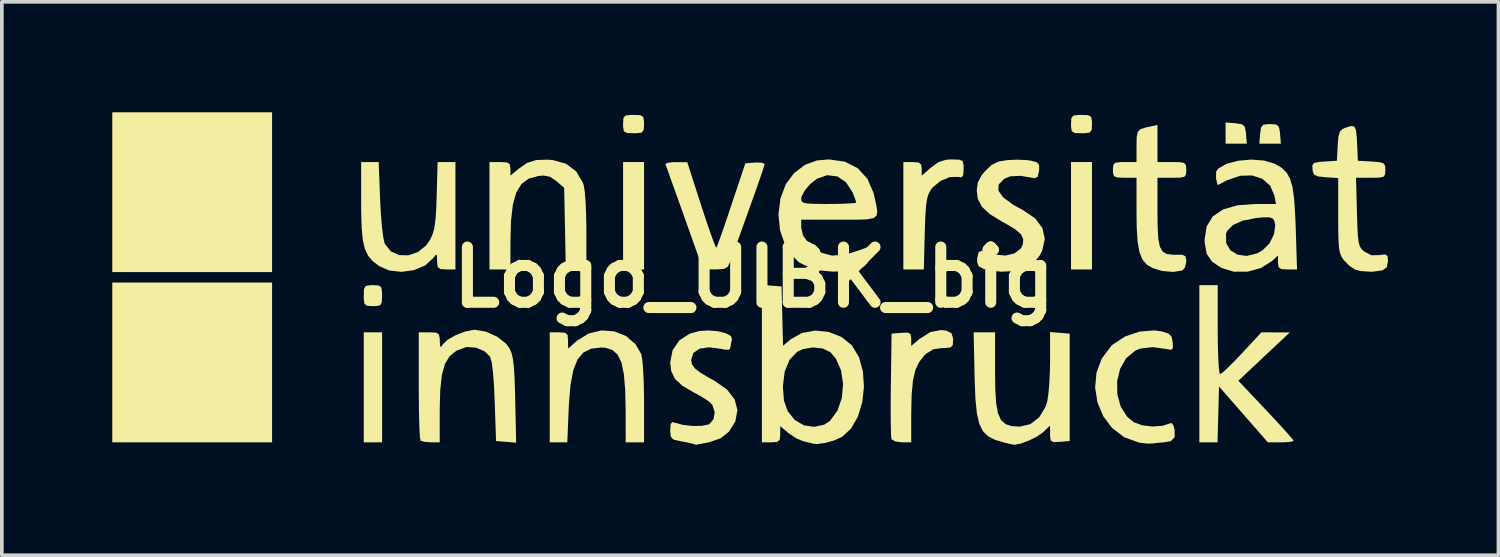
<source format=kicad_pcb>
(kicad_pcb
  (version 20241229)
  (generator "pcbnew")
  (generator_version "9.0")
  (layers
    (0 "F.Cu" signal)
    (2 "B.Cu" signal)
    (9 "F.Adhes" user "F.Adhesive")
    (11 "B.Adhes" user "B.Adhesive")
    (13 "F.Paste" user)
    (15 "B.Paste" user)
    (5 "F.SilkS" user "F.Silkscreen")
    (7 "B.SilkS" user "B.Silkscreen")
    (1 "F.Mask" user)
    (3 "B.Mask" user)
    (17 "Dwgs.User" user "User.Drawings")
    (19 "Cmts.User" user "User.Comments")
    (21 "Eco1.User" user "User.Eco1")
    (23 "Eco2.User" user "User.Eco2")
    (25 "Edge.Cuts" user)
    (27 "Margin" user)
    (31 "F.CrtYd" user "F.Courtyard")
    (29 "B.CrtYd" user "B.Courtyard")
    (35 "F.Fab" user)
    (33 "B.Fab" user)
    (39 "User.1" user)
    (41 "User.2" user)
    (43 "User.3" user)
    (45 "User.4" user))
  (footprint "Logo_UIBK_big"
    (layer "F.Cu")
    (at 17.431 4.482)
    (property "Reference" "Logo_UIBK_big" (at 0 0 0) (layer "F.SilkS") (effects (font (size 1.5 1.5) (thickness 0.3))))
    (attr board_only exclude_from_pos_files exclude_from_bom)
    (fp_poly (pts (xy -13.091 -2.312) (xy -13.091 -0.142) (xy -15.261 -0.142) (xy -17.431 -0.142) (xy -17.431 -2.312) (xy -17.431 -4.482) (xy -15.261 -4.482) (xy -13.091 -4.482)) (stroke (width 0) (type solid)) (fill yes) (layer "F.SilkS"))
    (fp_poly (pts (xy -13.091 2.312) (xy -13.091 4.482) (xy -15.261 4.482) (xy -17.431 4.482) (xy -17.431 2.312) (xy -17.431 0.142) (xy -15.261 0.142) (xy -13.091 0.142)) (stroke (width 0) (type solid)) (fill yes) (layer "F.SilkS"))
    (fp_poly (pts (xy -10.103 2.988) (xy -10.103 4.482) (xy -10.352 4.482) (xy -10.601 4.482) (xy -10.601 2.988) (xy -10.601 1.494) (xy -10.352 1.494) (xy -10.103 1.494)) (stroke (width 0) (type solid)) (fill yes) (layer "F.SilkS"))
    (fp_poly (pts (xy -2.988 -1.672) (xy -2.988 -0.213) (xy -3.273 -0.213) (xy -3.557 -0.213) (xy -3.557 -1.672) (xy -3.557 -3.131) (xy -3.273 -3.131) (xy -2.988 -3.131)) (stroke (width 0) (type solid)) (fill yes) (layer "F.SilkS"))
    (fp_poly (pts (xy 9.178 -1.672) (xy 9.178 -0.213) (xy 8.894 -0.213) (xy 8.609 -0.213) (xy 8.609 -1.672) (xy 8.609 -3.131) (xy 8.894 -3.131) (xy 9.178 -3.131)) (stroke (width 0) (type solid)) (fill yes) (layer "F.SilkS"))
    (fp_poly (pts (xy 13.074 -4.184) (xy 13.25 -4.158) (xy 13.33 -4.089) (xy 13.359 -3.932) (xy 13.362 -3.895) (xy 13.384 -3.629) (xy 13.096 -3.629) (xy 12.807 -3.629) (xy 12.807 -3.917) (xy 12.807 -4.206)) (stroke (width 0) (type solid)) (fill yes) (layer "F.SilkS"))
    (fp_poly (pts (xy 14.18 -4.151) (xy 14.255 -4.09) (xy 14.284 -3.936) (xy 14.287 -3.895) (xy 14.309 -3.629) (xy 14.016 -3.629) (xy 13.723 -3.629) (xy 13.745 -3.895) (xy 13.77 -4.07) (xy 13.833 -4.145) (xy 13.978 -4.162) (xy 14.016 -4.162)) (stroke (width 0) (type solid)) (fill yes) (layer "F.SilkS"))
    (fp_poly (pts (xy -10.193 0.222) (xy -10.122 0.275) (xy -10.104 0.414) (xy -10.103 0.498) (xy -10.111 0.68) (xy -10.157 0.761) (xy -10.279 0.782) (xy -10.352 0.783) (xy -10.512 0.774) (xy -10.582 0.721) (xy -10.601 0.582) (xy -10.601 0.498) (xy -10.594 0.316) (xy -10.547 0.235) (xy -10.426 0.214) (xy -10.352 0.213)) (stroke (width 0) (type solid)) (fill yes) (layer "F.SilkS"))
    (fp_poly (pts (xy -3.091 -4.404) (xy -3.01 -4.357) (xy -2.989 -4.236) (xy -2.988 -4.162) (xy -2.997 -4.003) (xy -3.05 -3.932) (xy -3.189 -3.914) (xy -3.273 -3.913) (xy -3.455 -3.921) (xy -3.536 -3.967) (xy -3.557 -4.089) (xy -3.557 -4.162) (xy -3.549 -4.322) (xy -3.496 -4.392) (xy -3.357 -4.411) (xy -3.273 -4.411)) (stroke (width 0) (type solid)) (fill yes) (layer "F.SilkS"))
    (fp_poly (pts (xy 9.076 -4.404) (xy 9.157 -4.357) (xy 9.178 -4.236) (xy 9.178 -4.162) (xy 9.17 -4.003) (xy 9.116 -3.932) (xy 8.978 -3.914) (xy 8.894 -3.913) (xy 8.711 -3.921) (xy 8.63 -3.967) (xy 8.61 -4.089) (xy 8.609 -4.162) (xy 8.618 -4.322) (xy 8.671 -4.392) (xy 8.81 -4.411) (xy 8.894 -4.411)) (stroke (width 0) (type solid)) (fill yes) (layer "F.SilkS"))
    (fp_poly (pts (xy 5.57 -3.196) (xy 5.662 -3.16) (xy 5.69 -3.06) (xy 5.692 -2.944) (xy 5.682 -2.776) (xy 5.636 -2.716) (xy 5.538 -2.727) (xy 5.313 -2.722) (xy 5.068 -2.62) (xy 4.856 -2.448) (xy 4.8 -2.375) (xy 4.742 -2.27) (xy 4.7 -2.134) (xy 4.672 -1.943) (xy 4.652 -1.668) (xy 4.638 -1.282) (xy 4.636 -1.192) (xy 4.611 -0.213) (xy 4.333 -0.213) (xy 4.055 -0.213) (xy 4.055 -1.672) (xy 4.055 -3.131) (xy 4.304 -3.131) (xy 4.473 -3.118) (xy 4.541 -3.058) (xy 4.554 -2.945) (xy 4.554 -2.76) (xy 4.805 -2.981) (xy 5.013 -3.132) (xy 5.221 -3.194) (xy 5.374 -3.202)) (stroke (width 0) (type solid)) (fill yes) (layer "F.SilkS"))
    (fp_poly (pts (xy 12.593 1.423) (xy 12.597 1.833) (xy 12.607 2.179) (xy 12.623 2.441) (xy 12.642 2.597) (xy 12.658 2.632) (xy 12.73 2.583) (xy 12.875 2.45) (xy 13.071 2.254) (xy 13.252 2.063) (xy 13.781 1.494) (xy 14.165 1.496) (xy 14.55 1.497) (xy 13.852 2.154) (xy 13.154 2.81) (xy 13.905 3.605) (xy 14.164 3.881) (xy 14.385 4.122) (xy 14.55 4.307) (xy 14.643 4.418) (xy 14.657 4.441) (xy 14.593 4.465) (xy 14.429 4.48) (xy 14.306 4.482) (xy 13.955 4.482) (xy 13.292 3.724) (xy 12.629 2.966) (xy 12.609 3.724) (xy 12.588 4.482) (xy 12.342 4.482) (xy 12.095 4.482) (xy 12.095 2.348) (xy 12.095 0.213) (xy 12.344 0.213) (xy 12.593 0.213)) (stroke (width 0) (type solid)) (fill yes) (layer "F.SilkS"))
    (fp_poly (pts (xy 5.229 1.452) (xy 5.362 1.519) (xy 5.406 1.66) (xy 5.407 1.709) (xy 5.396 1.844) (xy 5.336 1.905) (xy 5.187 1.921) (xy 5.117 1.921) (xy 4.871 1.954) (xy 4.676 2.075) (xy 4.626 2.122) (xy 4.483 2.301) (xy 4.381 2.521) (xy 4.315 2.808) (xy 4.28 3.187) (xy 4.269 3.682) (xy 4.269 3.682) (xy 4.269 4.482) (xy 4.018 4.482) (xy 3.841 4.459) (xy 3.737 4.402) (xy 3.731 4.391) (xy 3.722 4.295) (xy 3.715 4.079) (xy 3.711 3.768) (xy 3.711 3.386) (xy 3.715 2.955) (xy 3.716 2.915) (xy 3.735 1.53) (xy 4.002 1.508) (xy 4.177 1.502) (xy 4.252 1.543) (xy 4.269 1.656) (xy 4.269 1.674) (xy 4.269 1.863) (xy 4.488 1.678) (xy 4.792 1.486) (xy 5.089 1.431)) (stroke (width 0) (type solid)) (fill yes) (layer "F.SilkS"))
    (fp_poly (pts (xy -5.471 -3.185) (xy -5.112 -3.087) (xy -4.833 -2.879) (xy -4.651 -2.575) (xy -4.625 -2.494) (xy -4.599 -2.331) (xy -4.577 -2.06) (xy -4.562 -1.715) (xy -4.554 -1.331) (xy -4.554 -1.227) (xy -4.554 -0.213) (xy -4.833 -0.213) (xy -5.113 -0.213) (xy -5.135 -1.323) (xy -5.158 -2.432) (xy -5.367 -2.611) (xy -5.539 -2.73) (xy -5.715 -2.764) (xy -5.865 -2.751) (xy -6.12 -2.68) (xy -6.316 -2.536) (xy -6.458 -2.305) (xy -6.551 -1.973) (xy -6.602 -1.529) (xy -6.616 -1.014) (xy -6.617 -0.213) (xy -6.901 -0.213) (xy -7.186 -0.213) (xy -7.186 -1.672) (xy -7.186 -3.131) (xy -6.901 -3.131) (xy -6.718 -3.121) (xy -6.637 -3.075) (xy -6.617 -2.968) (xy -6.617 -2.946) (xy -6.617 -2.762) (xy -6.398 -2.946) (xy -6.164 -3.107) (xy -5.917 -3.185) (xy -5.607 -3.195)) (stroke (width 0) (type solid)) (fill yes) (layer "F.SilkS"))
    (fp_poly (pts (xy -1.814 -3.126) (xy -1.435 -1.949) (xy -1.31 -1.569) (xy -1.199 -1.243) (xy -1.109 -0.994) (xy -1.048 -0.841) (xy -1.024 -0.802) (xy -0.992 -0.877) (xy -0.923 -1.064) (xy -0.826 -1.341) (xy -0.709 -1.683) (xy -0.615 -1.965) (xy -0.237 -3.095) (xy 0.024 -3.117) (xy 0.192 -3.116) (xy 0.281 -3.085) (xy 0.285 -3.074) (xy 0.274 -3.027) (xy 0.24 -2.918) (xy 0.179 -2.738) (xy 0.088 -2.475) (xy -0.038 -2.121) (xy -0.202 -1.663) (xy -0.407 -1.093) (xy -0.655 -0.409) (xy -0.714 -0.288) (xy -0.809 -0.231) (xy -0.985 -0.215) (xy -1.056 -0.214) (xy -1.387 -0.215) (xy -1.885 -1.615) (xy -2.035 -2.037) (xy -2.17 -2.413) (xy -2.281 -2.723) (xy -2.361 -2.947) (xy -2.403 -3.063) (xy -2.407 -3.073) (xy -2.359 -3.107) (xy -2.21 -3.127) (xy -2.123 -3.128)) (stroke (width 0) (type solid)) (fill yes) (layer "F.SilkS"))
    (fp_poly (pts (xy -3.798 1.468) (xy -3.479 1.595) (xy -3.22 1.817) (xy -3.064 2.086) (xy -3.037 2.226) (xy -3.015 2.478) (xy -2.998 2.812) (xy -2.989 3.197) (xy -2.988 3.384) (xy -2.988 4.482) (xy -3.237 4.482) (xy -3.486 4.482) (xy -3.488 3.611) (xy -3.5 3.057) (xy -3.536 2.63) (xy -3.602 2.316) (xy -3.705 2.102) (xy -3.848 1.972) (xy -4.037 1.914) (xy -4.155 1.907) (xy -4.425 1.939) (xy -4.636 2.043) (xy -4.795 2.232) (xy -4.909 2.52) (xy -4.985 2.919) (xy -5.029 3.443) (xy -5.035 3.575) (xy -5.072 4.482) (xy -5.311 4.482) (xy -5.55 4.482) (xy -5.55 2.988) (xy -5.55 1.494) (xy -5.301 1.494) (xy -5.133 1.506) (xy -5.065 1.566) (xy -5.052 1.714) (xy -5.052 1.715) (xy -5.052 1.936) (xy -4.808 1.722) (xy -4.492 1.526) (xy -4.145 1.443)) (stroke (width 0) (type solid)) (fill yes) (layer "F.SilkS"))
    (fp_poly (pts (xy 11.072 1.469) (xy 11.255 1.527) (xy 11.34 1.613) (xy 11.371 1.766) (xy 11.377 1.921) (xy 11.33 1.97) (xy 11.196 1.947) (xy 11.193 1.946) (xy 10.826 1.896) (xy 10.497 1.935) (xy 10.354 1.991) (xy 10.106 2.198) (xy 9.942 2.487) (xy 9.862 2.824) (xy 9.867 3.176) (xy 9.957 3.508) (xy 10.133 3.787) (xy 10.319 3.939) (xy 10.547 4.021) (xy 10.829 4.053) (xy 11.098 4.032) (xy 11.241 3.985) (xy 11.337 3.956) (xy 11.392 4.025) (xy 11.421 4.136) (xy 11.425 4.338) (xy 11.321 4.45) (xy 11.135 4.482) (xy 10.937 4.498) (xy 10.85 4.512) (xy 10.684 4.517) (xy 10.472 4.492) (xy 10.453 4.489) (xy 10.053 4.343) (xy 9.728 4.096) (xy 9.484 3.773) (xy 9.327 3.398) (xy 9.264 2.995) (xy 9.301 2.589) (xy 9.445 2.204) (xy 9.702 1.865) (xy 9.744 1.825) (xy 10.076 1.607) (xy 10.471 1.475) (xy 10.873 1.442)) (stroke (width 0) (type solid)) (fill yes) (layer "F.SilkS"))
    (fp_poly (pts (xy -10.157 -2.117) (xy -10.136 -1.725) (xy -10.107 -1.377) (xy -10.074 -1.102) (xy -10.038 -0.933) (xy -10.03 -0.912) (xy -9.869 -0.707) (xy -9.644 -0.603) (xy -9.386 -0.597) (xy -9.129 -0.686) (xy -8.906 -0.866) (xy -8.793 -1.032) (xy -8.727 -1.181) (xy -8.681 -1.354) (xy -8.651 -1.583) (xy -8.631 -1.899) (xy -8.62 -2.223) (xy -8.595 -3.131) (xy -8.353 -3.131) (xy -8.111 -3.131) (xy -8.111 -1.672) (xy -8.111 -0.213) (xy -8.36 -0.213) (xy -8.527 -0.225) (xy -8.596 -0.286) (xy -8.609 -0.437) (xy -8.609 -0.443) (xy -8.613 -0.593) (xy -8.64 -0.616) (xy -8.709 -0.529) (xy -8.713 -0.523) (xy -8.934 -0.322) (xy -9.236 -0.195) (xy -9.577 -0.148) (xy -9.914 -0.187) (xy -10.181 -0.304) (xy -10.354 -0.435) (xy -10.481 -0.582) (xy -10.57 -0.768) (xy -10.627 -1.015) (xy -10.658 -1.347) (xy -10.671 -1.787) (xy -10.672 -2.046) (xy -10.672 -3.131) (xy -10.434 -3.131) (xy -10.195 -3.131)) (stroke (width 0) (type solid)) (fill yes) (layer "F.SilkS"))
    (fp_poly (pts (xy 8.307 1.508) (xy 8.573 1.53) (xy 8.573 2.988) (xy 8.573 4.447) (xy 8.307 4.469) (xy 8.132 4.475) (xy 8.057 4.432) (xy 8.04 4.308) (xy 8.04 4.26) (xy 8.04 4.029) (xy 7.844 4.213) (xy 7.684 4.326) (xy 7.465 4.434) (xy 7.244 4.516) (xy 7.073 4.548) (xy 7.044 4.546) (xy 6.956 4.526) (xy 6.795 4.488) (xy 6.795 4.487) (xy 6.545 4.414) (xy 6.354 4.316) (xy 6.214 4.176) (xy 6.116 3.975) (xy 6.052 3.692) (xy 6.013 3.311) (xy 5.993 2.812) (xy 5.989 2.65) (xy 5.964 1.494) (xy 6.255 1.494) (xy 6.546 1.494) (xy 6.546 2.529) (xy 6.552 3.037) (xy 6.576 3.419) (xy 6.625 3.694) (xy 6.707 3.878) (xy 6.829 3.988) (xy 6.999 4.042) (xy 7.222 4.055) (xy 7.503 3.989) (xy 7.743 3.804) (xy 7.914 3.525) (xy 7.96 3.385) (xy 7.993 3.18) (xy 8.02 2.878) (xy 8.036 2.527) (xy 8.04 2.277) (xy 8.04 1.486)) (stroke (width 0) (type solid)) (fill yes) (layer "F.SilkS"))
    (fp_poly (pts (xy -7.275 1.478) (xy -6.976 1.613) (xy -6.735 1.804) (xy -6.64 1.933) (xy -6.589 2.05) (xy -6.552 2.202) (xy -6.525 2.414) (xy -6.506 2.709) (xy -6.492 3.112) (xy -6.487 3.331) (xy -6.462 4.492) (xy -6.735 4.469) (xy -7.008 4.447) (xy -7.044 3.38) (xy -7.064 2.931) (xy -7.093 2.565) (xy -7.127 2.302) (xy -7.166 2.162) (xy -7.167 2.16) (xy -7.325 2.006) (xy -7.557 1.91) (xy -7.798 1.894) (xy -7.839 1.903) (xy -8.082 1.993) (xy -8.265 2.137) (xy -8.395 2.351) (xy -8.479 2.652) (xy -8.524 3.059) (xy -8.538 3.588) (xy -8.538 3.594) (xy -8.538 4.482) (xy -8.775 4.482) (xy -8.951 4.469) (xy -9.056 4.438) (xy -9.06 4.435) (xy -9.074 4.352) (xy -9.087 4.15) (xy -9.097 3.849) (xy -9.104 3.472) (xy -9.107 3.041) (xy -9.107 2.941) (xy -9.107 1.494) (xy -8.822 1.494) (xy -8.64 1.502) (xy -8.559 1.549) (xy -8.537 1.666) (xy -8.536 1.725) (xy -8.528 1.871) (xy -8.501 1.89) (xy -8.457 1.825) (xy -8.325 1.697) (xy -8.105 1.572) (xy -7.85 1.474) (xy -7.613 1.427) (xy -7.577 1.426)) (stroke (width 0) (type solid)) (fill yes) (layer "F.SilkS"))
    (fp_poly (pts (xy 10.957 -3.634) (xy 10.957 -3.131) (xy 11.348 -3.131) (xy 11.572 -3.127) (xy 11.688 -3.103) (xy 11.733 -3.041) (xy 11.739 -2.92) (xy 11.739 -2.917) (xy 11.733 -2.795) (xy 11.69 -2.732) (xy 11.575 -2.707) (xy 11.354 -2.704) (xy 11.348 -2.704) (xy 10.957 -2.704) (xy 10.957 -1.792) (xy 10.962 -1.354) (xy 10.981 -1.038) (xy 11.024 -0.826) (xy 11.098 -0.697) (xy 11.211 -0.633) (xy 11.371 -0.614) (xy 11.448 -0.614) (xy 11.634 -0.611) (xy 11.717 -0.571) (xy 11.739 -0.468) (xy 11.739 -0.425) (xy 11.701 -0.26) (xy 11.627 -0.185) (xy 11.383 -0.146) (xy 11.086 -0.172) (xy 10.83 -0.249) (xy 10.668 -0.344) (xy 10.55 -0.482) (xy 10.468 -0.683) (xy 10.418 -0.968) (xy 10.393 -1.356) (xy 10.388 -1.776) (xy 10.388 -2.704) (xy 10.068 -2.704) (xy 9.871 -2.71) (xy 9.777 -2.746) (xy 9.749 -2.837) (xy 9.747 -2.917) (xy 9.757 -3.048) (xy 9.81 -3.111) (xy 9.947 -3.129) (xy 10.068 -3.131) (xy 10.388 -3.131) (xy 10.388 -3.553) (xy 10.392 -3.803) (xy 10.42 -3.947) (xy 10.495 -4.024) (xy 10.642 -4.07) (xy 10.726 -4.088) (xy 10.957 -4.138)) (stroke (width 0) (type solid)) (fill yes) (layer "F.SilkS"))
    (fp_poly (pts (xy 7.419 -3.183) (xy 7.506 -3.171) (xy 7.676 -3.127) (xy 7.742 -3.055) (xy 7.743 -2.908) (xy 7.742 -2.895) (xy 7.702 -2.731) (xy 7.62 -2.692) (xy 7.613 -2.693) (xy 7.236 -2.757) (xy 6.959 -2.743) (xy 6.796 -2.676) (xy 6.645 -2.523) (xy 6.635 -2.355) (xy 6.766 -2.171) (xy 7.037 -1.971) (xy 7.309 -1.822) (xy 7.634 -1.602) (xy 7.832 -1.337) (xy 7.897 -1.04) (xy 7.825 -0.721) (xy 7.753 -0.583) (xy 7.589 -0.394) (xy 7.383 -0.253) (xy 7.365 -0.245) (xy 7.072 -0.171) (xy 6.72 -0.152) (xy 6.382 -0.187) (xy 6.239 -0.226) (xy 6.099 -0.302) (xy 6.057 -0.422) (xy 6.061 -0.523) (xy 6.101 -0.684) (xy 6.181 -0.721) (xy 6.19 -0.719) (xy 6.327 -0.681) (xy 6.525 -0.626) (xy 6.555 -0.618) (xy 6.827 -0.589) (xy 7.071 -0.649) (xy 7.245 -0.783) (xy 7.302 -0.899) (xy 7.311 -1.041) (xy 7.25 -1.168) (xy 7.099 -1.3) (xy 6.839 -1.457) (xy 6.745 -1.507) (xy 6.407 -1.713) (xy 6.19 -1.914) (xy 6.077 -2.132) (xy 6.048 -2.359) (xy 6.078 -2.58) (xy 6.187 -2.778) (xy 6.283 -2.892) (xy 6.46 -3.058) (xy 6.639 -3.144) (xy 6.884 -3.184) (xy 7.157 -3.195)) (stroke (width 0) (type solid)) (fill yes) (layer "F.SilkS"))
    (fp_poly (pts (xy -0.974 1.467) (xy -0.763 1.521) (xy -0.627 1.596) (xy -0.599 1.682) (xy -0.637 1.847) (xy -0.64 1.897) (xy -0.67 1.964) (xy -0.782 1.967) (xy -0.872 1.948) (xy -1.216 1.901) (xy -1.48 1.938) (xy -1.649 2.054) (xy -1.708 2.241) (xy -1.687 2.361) (xy -1.612 2.47) (xy -1.459 2.59) (xy -1.207 2.739) (xy -1.075 2.81) (xy -0.737 3.046) (xy -0.527 3.317) (xy -0.451 3.611) (xy -0.51 3.916) (xy -0.684 4.194) (xy -0.905 4.371) (xy -1.215 4.477) (xy -1.42 4.519) (xy -1.556 4.544) (xy -1.587 4.548) (xy -1.655 4.524) (xy -1.672 4.518) (xy -1.785 4.491) (xy -1.971 4.456) (xy -2.01 4.449) (xy -2.185 4.409) (xy -2.26 4.335) (xy -2.277 4.183) (xy -2.277 4.151) (xy -2.266 3.986) (xy -2.222 3.933) (xy -2.152 3.95) (xy -1.936 4.008) (xy -1.672 4.037) (xy -1.419 4.034) (xy -1.235 3.997) (xy -1.22 3.99) (xy -1.101 3.856) (xy -1.069 3.665) (xy -1.128 3.475) (xy -1.192 3.399) (xy -1.33 3.301) (xy -1.534 3.182) (xy -1.628 3.133) (xy -1.948 2.946) (xy -2.149 2.758) (xy -2.252 2.541) (xy -2.277 2.308) (xy -2.212 1.98) (xy -2.03 1.714) (xy -1.747 1.531) (xy -1.485 1.459) (xy -1.226 1.443)) (stroke (width 0) (type solid)) (fill yes) (layer "F.SilkS"))
    (fp_poly (pts (xy 0.48 0.227) (xy 0.747 0.249) (xy 0.767 1.054) (xy 0.787 1.859) (xy 0.999 1.681) (xy 1.304 1.511) (xy 1.66 1.447) (xy 2.03 1.485) (xy 2.375 1.62) (xy 2.657 1.849) (xy 2.664 1.858) (xy 2.852 2.175) (xy 2.957 2.558) (xy 2.985 2.976) (xy 2.938 3.395) (xy 2.82 3.783) (xy 2.636 4.107) (xy 2.388 4.334) (xy 2.386 4.335) (xy 2.177 4.43) (xy 1.932 4.499) (xy 1.712 4.529) (xy 1.601 4.518) (xy 1.482 4.486) (xy 1.34 4.453) (xy 1.158 4.379) (xy 0.96 4.251) (xy 0.93 4.227) (xy 0.711 4.043) (xy 0.711 4.263) (xy 0.698 4.41) (xy 0.63 4.471) (xy 0.462 4.482) (xy 0.213 4.482) (xy 0.213 2.981) (xy 0.783 2.981) (xy 0.813 3.354) (xy 0.914 3.636) (xy 1.1 3.869) (xy 1.112 3.88) (xy 1.353 4.02) (xy 1.635 4.061) (xy 1.906 4.002) (xy 2.058 3.903) (xy 2.265 3.623) (xy 2.385 3.275) (xy 2.418 2.897) (xy 2.363 2.528) (xy 2.22 2.206) (xy 2.075 2.036) (xy 1.867 1.933) (xy 1.596 1.905) (xy 1.323 1.952) (xy 1.17 2.024) (xy 0.965 2.239) (xy 0.833 2.558) (xy 0.783 2.956) (xy 0.783 2.981) (xy 0.213 2.981) (xy 0.213 2.344) (xy 0.213 0.205)) (stroke (width 0) (type solid)) (fill yes) (layer "F.SilkS"))
    (fp_poly (pts (xy 16.3 -4.098) (xy 16.348 -4.003) (xy 16.371 -3.8) (xy 16.379 -3.646) (xy 16.4 -3.166) (xy 16.773 -3.145) (xy 16.991 -3.127) (xy 17.101 -3.093) (xy 17.142 -3.02) (xy 17.147 -2.913) (xy 17.14 -2.794) (xy 17.097 -2.732) (xy 16.983 -2.708) (xy 16.763 -2.704) (xy 16.748 -2.704) (xy 16.35 -2.704) (xy 16.375 -1.772) (xy 16.386 -1.391) (xy 16.4 -1.126) (xy 16.422 -0.95) (xy 16.455 -0.837) (xy 16.506 -0.761) (xy 16.574 -0.7) (xy 16.766 -0.599) (xy 16.983 -0.603) (xy 17.142 -0.623) (xy 17.206 -0.579) (xy 17.218 -0.441) (xy 17.218 -0.438) (xy 17.185 -0.27) (xy 17.069 -0.19) (xy 17.058 -0.187) (xy 16.775 -0.15) (xy 16.48 -0.169) (xy 16.321 -0.212) (xy 16.172 -0.31) (xy 16.021 -0.463) (xy 16.018 -0.466) (xy 15.958 -0.554) (xy 15.916 -0.655) (xy 15.889 -0.796) (xy 15.874 -1.002) (xy 15.867 -1.301) (xy 15.866 -1.678) (xy 15.866 -2.696) (xy 15.528 -2.718) (xy 15.322 -2.739) (xy 15.218 -2.783) (xy 15.176 -2.875) (xy 15.168 -2.931) (xy 15.165 -3.046) (xy 15.213 -3.106) (xy 15.348 -3.134) (xy 15.488 -3.144) (xy 15.831 -3.166) (xy 15.852 -3.578) (xy 15.871 -3.817) (xy 15.909 -3.953) (xy 15.982 -4.026) (xy 16.052 -4.059) (xy 16.207 -4.109)) (stroke (width 0) (type solid)) (fill yes) (layer "F.SilkS"))
    (fp_poly (pts (xy 2.464 -3.141) (xy 2.815 -2.963) (xy 3.079 -2.676) (xy 3.247 -2.286) (xy 3.266 -2.204) (xy 3.32 -1.96) (xy 3.346 -1.787) (xy 3.327 -1.674) (xy 3.243 -1.607) (xy 3.077 -1.575) (xy 2.809 -1.565) (xy 2.423 -1.565) (xy 2.312 -1.565) (xy 1.281 -1.565) (xy 1.281 -1.345) (xy 1.333 -1.127) (xy 1.503 -0.901) (xy 1.517 -0.888) (xy 1.799 -0.677) (xy 2.112 -0.589) (xy 2.477 -0.619) (xy 2.725 -0.691) (xy 3.138 -0.835) (xy 3.116 -0.578) (xy 3.082 -0.396) (xy 2.988 -0.295) (xy 2.846 -0.235) (xy 2.521 -0.169) (xy 2.135 -0.154) (xy 1.759 -0.19) (xy 1.543 -0.245) (xy 1.216 -0.409) (xy 0.977 -0.65) (xy 0.85 -0.861) (xy 0.706 -1.272) (xy 0.663 -1.711) (xy 0.717 -2.142) (xy 1.281 -2.142) (xy 1.289 -2.075) (xy 1.329 -2.032) (xy 1.428 -2.007) (xy 1.61 -1.996) (xy 1.9 -1.992) (xy 2.028 -1.992) (xy 2.334 -1.996) (xy 2.58 -2.005) (xy 2.735 -2.018) (xy 2.775 -2.03) (xy 2.75 -2.115) (xy 2.689 -2.274) (xy 2.676 -2.305) (xy 2.497 -2.582) (xy 2.26 -2.74) (xy 1.988 -2.774) (xy 1.709 -2.678) (xy 1.523 -2.533) (xy 1.378 -2.359) (xy 1.292 -2.197) (xy 1.281 -2.142) (xy 0.717 -2.142) (xy 0.717 -2.144) (xy 0.864 -2.532) (xy 1.082 -2.825) (xy 1.382 -3.055) (xy 1.706 -3.174) (xy 2.035 -3.202)) (stroke (width 0) (type solid)) (fill yes) (layer "F.SilkS"))
    (fp_poly (pts (xy 13.847 -3.172) (xy 14.14 -3.085) (xy 14.156 -3.077) (xy 14.331 -2.973) (xy 14.463 -2.846) (xy 14.559 -2.677) (xy 14.626 -2.443) (xy 14.67 -2.123) (xy 14.698 -1.696) (xy 14.712 -1.347) (xy 14.748 -0.213) (xy 14.489 -0.213) (xy 14.317 -0.225) (xy 14.244 -0.28) (xy 14.23 -0.404) (xy 14.23 -0.594) (xy 14.07 -0.444) (xy 13.771 -0.254) (xy 13.409 -0.154) (xy 13.032 -0.152) (xy 12.7 -0.252) (xy 12.441 -0.424) (xy 12.295 -0.638) (xy 12.24 -0.932) (xy 12.238 -1.029) (xy 12.261 -1.179) (xy 12.818 -1.179) (xy 12.825 -0.925) (xy 12.939 -0.732) (xy 13.133 -0.614) (xy 13.379 -0.581) (xy 13.652 -0.645) (xy 13.81 -0.732) (xy 14 -0.923) (xy 14.123 -1.169) (xy 14.156 -1.418) (xy 14.132 -1.532) (xy 14.087 -1.599) (xy 13.994 -1.629) (xy 13.82 -1.627) (xy 13.641 -1.611) (xy 13.278 -1.54) (xy 13.007 -1.42) (xy 12.848 -1.259) (xy 12.818 -1.179) (xy 12.261 -1.179) (xy 12.293 -1.382) (xy 12.459 -1.653) (xy 12.74 -1.844) (xy 13.136 -1.957) (xy 13.632 -1.992) (xy 14.176 -1.992) (xy 14.132 -2.223) (xy 14.017 -2.491) (xy 13.807 -2.674) (xy 13.527 -2.767) (xy 13.203 -2.758) (xy 12.86 -2.642) (xy 12.857 -2.64) (xy 12.592 -2.505) (xy 12.548 -2.682) (xy 12.551 -2.869) (xy 12.602 -2.949) (xy 12.829 -3.082) (xy 13.145 -3.166) (xy 13.5 -3.197)) (stroke (width 0) (type solid)) (fill yes) (layer "F.SilkS")))
  (gr_rect
    (start -3 -3)
    (end 37.649 12.031)
    (stroke (width 0.1) (type default))
    (fill no)
    (layer "Edge.Cuts")))
</source>
